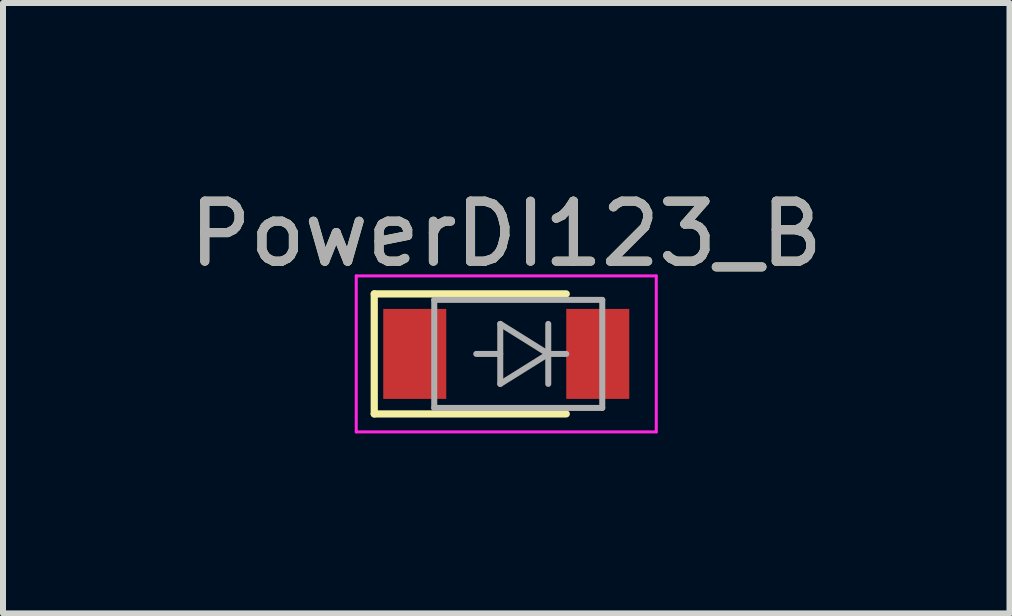
<source format=kicad_pcb>
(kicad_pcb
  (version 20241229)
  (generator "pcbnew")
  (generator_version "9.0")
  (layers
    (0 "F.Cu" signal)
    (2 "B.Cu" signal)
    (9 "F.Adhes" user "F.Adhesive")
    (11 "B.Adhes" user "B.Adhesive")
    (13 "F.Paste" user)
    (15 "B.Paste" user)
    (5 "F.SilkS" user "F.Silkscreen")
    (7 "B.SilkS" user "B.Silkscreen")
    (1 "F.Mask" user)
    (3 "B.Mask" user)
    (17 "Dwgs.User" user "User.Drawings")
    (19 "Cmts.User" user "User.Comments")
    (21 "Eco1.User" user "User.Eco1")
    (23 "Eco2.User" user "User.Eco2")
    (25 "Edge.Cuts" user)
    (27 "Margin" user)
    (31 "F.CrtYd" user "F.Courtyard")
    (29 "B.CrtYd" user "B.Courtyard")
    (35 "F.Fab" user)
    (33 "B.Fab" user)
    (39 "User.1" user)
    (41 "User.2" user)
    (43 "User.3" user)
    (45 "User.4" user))
  (footprint "PowerDI123_B"
    (layer "F.Cu")
    (at 5.387 2.848)
    (property "Reference" "PowerDI123_B" (at 0 -2 0) (layer "F.SilkS") (effects (font (size 1 1) (thickness 0.15))))
    (attr smd)
    (fp_line (start -2.2 1) (end -2.2 -1) (stroke (width 0.12) (type solid)) (layer "F.SilkS"))
    (fp_line (start -2.2 1) (end 1 1) (stroke (width 0.12) (type solid)) (layer "F.SilkS"))
    (fp_line (start 1 -1) (end -2.2 -1) (stroke (width 0.12) (type solid)) (layer "F.SilkS"))
    (fp_line (start -2.5 -1.3) (end 2.5 -1.3) (stroke (width 0.05) (type solid)) (layer "F.CrtYd"))
    (fp_line (start -2.5 1.3) (end -2.5 -1.3) (stroke (width 0.05) (type solid)) (layer "F.CrtYd"))
    (fp_line (start 2.5 -1.3) (end 2.5 1.3) (stroke (width 0.05) (type solid)) (layer "F.CrtYd"))
    (fp_line (start 2.5 1.3) (end -2.5 1.3) (stroke (width 0.05) (type solid)) (layer "F.CrtYd"))
    (fp_line (start -1.2 -0.9) (end 1.6 -0.9) (stroke (width 0.1) (type solid)) (layer "F.Fab"))
    (fp_line (start -1.2 0.9) (end -1.2 -0.9) (stroke (width 0.1) (type solid)) (layer "F.Fab"))
    (fp_line (start -0.1 -0.5) (end -0.1 0.5) (stroke (width 0.1) (type solid)) (layer "F.Fab"))
    (fp_line (start -0.1 0) (end -0.5 0) (stroke (width 0.1) (type solid)) (layer "F.Fab"))
    (fp_line (start -0.1 0.5) (end 0.7 0) (stroke (width 0.1) (type solid)) (layer "F.Fab"))
    (fp_line (start 0.7 0) (end -0.1 -0.5) (stroke (width 0.1) (type solid)) (layer "F.Fab"))
    (fp_line (start 0.7 0) (end 0.7 -0.5) (stroke (width 0.1) (type solid)) (layer "F.Fab"))
    (fp_line (start 0.7 0) (end 0.7 0.5) (stroke (width 0.1) (type solid)) (layer "F.Fab"))
    (fp_line (start 1 0) (end 0.7 0) (stroke (width 0.1) (type solid)) (layer "F.Fab"))
    (fp_line (start 1.6 -0.9) (end 1.6 0.9) (stroke (width 0.1) (type solid)) (layer "F.Fab"))
    (fp_line (start 1.6 0.9) (end -1.2 0.9) (stroke (width 0.1) (type solid)) (layer "F.Fab"))
    (fp_text user "${REFERENCE}" (at 0 -2 0) (layer "F.Fab") (effects (font (size 1 1) (thickness 0.15))))
    (pad "1" smd rect (at -1.525 0 180) (size 1.05 1.5) (layers "F.Cu" "F.Mask" "F.Paste"))
    (pad "2" smd rect (at 1.525 0 180) (size 1.05 1.5) (layers "F.Cu" "F.Mask" "F.Paste")))
  (gr_rect
    (start -3 -3)
    (end 13.774 7.173)
    (stroke (width 0.1) (type default))
    (fill no)
    (layer "Edge.Cuts")))
</source>
